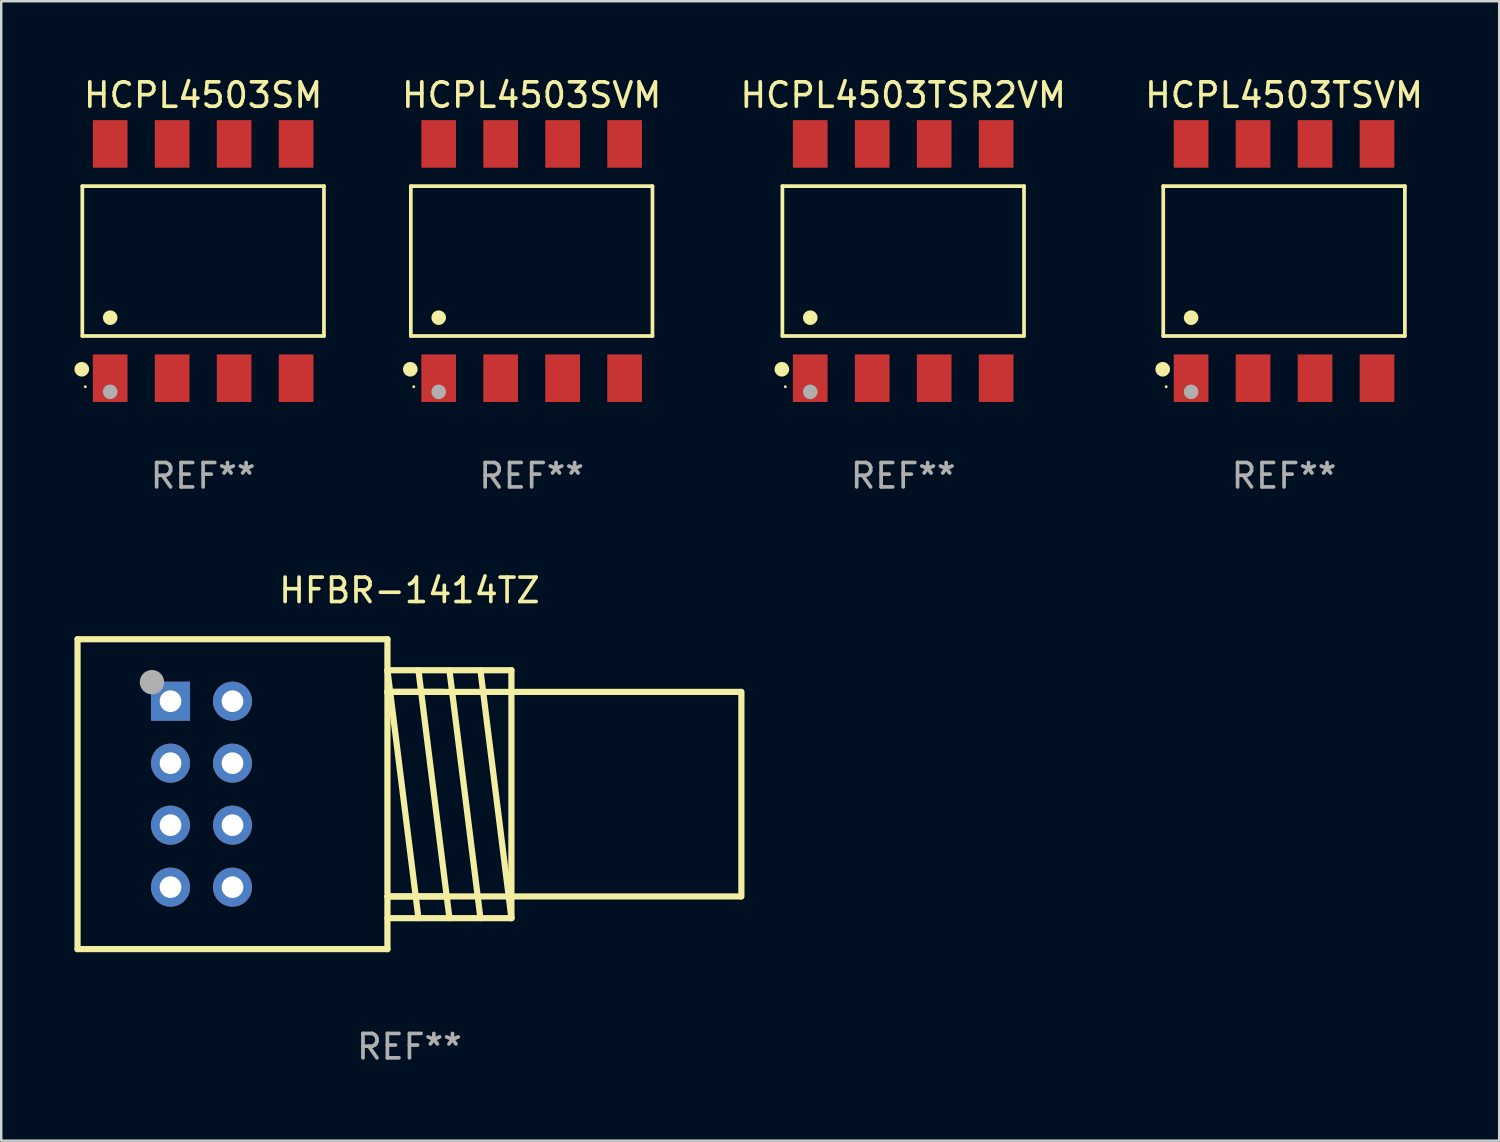
<source format=kicad_pcb>
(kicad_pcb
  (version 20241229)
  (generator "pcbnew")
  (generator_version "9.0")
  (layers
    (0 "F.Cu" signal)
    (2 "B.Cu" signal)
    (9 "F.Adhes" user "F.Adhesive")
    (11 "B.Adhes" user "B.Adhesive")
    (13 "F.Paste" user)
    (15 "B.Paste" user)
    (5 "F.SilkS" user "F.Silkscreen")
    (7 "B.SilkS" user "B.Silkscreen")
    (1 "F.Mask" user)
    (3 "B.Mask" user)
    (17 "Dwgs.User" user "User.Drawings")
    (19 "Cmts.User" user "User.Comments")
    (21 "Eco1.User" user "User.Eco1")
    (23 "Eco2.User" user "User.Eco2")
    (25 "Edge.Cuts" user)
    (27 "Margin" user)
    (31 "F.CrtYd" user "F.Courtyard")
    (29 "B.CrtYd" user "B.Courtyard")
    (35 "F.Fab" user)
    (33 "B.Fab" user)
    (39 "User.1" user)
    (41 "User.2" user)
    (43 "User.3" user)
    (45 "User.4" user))
  (footprint "HCPL4503TSVM"
    (layer "F.Cu")
    (at 49.569 7.648)
    (property "Reference" "HCPL4503TSVM" (at 0 -6.8 0) (layer "F.SilkS") (effects (font (size 1 1) (thickness 0.15))))
    (attr through_hole)
    (fp_line (start -4.951 -3.071) (end 4.951 -3.071) (stroke (width 0.152) (type solid)) (layer "F.SilkS"))
    (fp_line (start -4.951 3.071) (end -4.951 -3.071) (stroke (width 0.152) (type solid)) (layer "F.SilkS"))
    (fp_line (start 4.951 -3.071) (end 4.951 3.071) (stroke (width 0.152) (type solid)) (layer "F.SilkS"))
    (fp_line (start 4.951 3.071) (end -4.951 3.071) (stroke (width 0.152) (type solid)) (layer "F.SilkS"))
    (fp_circle (center -4.974 4.433) (end -4.823 4.433) (stroke (width 0.3) (type solid)) (fill no) (layer "F.SilkS"))
    (fp_circle (center -4.83 5.15) (end -4.8 5.15) (stroke (width 0.06) (type solid)) (fill no) (layer "F.SilkS"))
    (fp_circle (center -3.81 2.319) (end -3.66 2.319) (stroke (width 0.3) (type solid)) (fill no) (layer "F.SilkS"))
    (fp_circle (center -3.81 5.358) (end -3.66 5.358) (stroke (width 0.3) (type solid)) (fill no) (layer "F.Fab"))
    (fp_text user "REF**" (at 0 8.8 0) (layer "F.Fab") (effects (font (size 1 1) (thickness 0.15))))
    (pad "1" smd rect (at -3.81 4.8) (size 1.422 1.95) (layers "F.Cu" "F.Mask" "F.Paste"))
    (pad "2" smd rect (at -1.27 4.8) (size 1.422 1.95) (layers "F.Cu" "F.Mask" "F.Paste"))
    (pad "3" smd rect (at 1.27 4.8) (size 1.422 1.95) (layers "F.Cu" "F.Mask" "F.Paste"))
    (pad "4" smd rect (at 3.81 4.8) (size 1.422 1.95) (layers "F.Cu" "F.Mask" "F.Paste"))
    (pad "5" smd rect (at 3.81 -4.8) (size 1.422 1.95) (layers "F.Cu" "F.Mask" "F.Paste"))
    (pad "6" smd rect (at 1.27 -4.8) (size 1.422 1.95) (layers "F.Cu" "F.Mask" "F.Paste"))
    (pad "7" smd rect (at -1.27 -4.8) (size 1.422 1.95) (layers "F.Cu" "F.Mask" "F.Paste"))
    (pad "8" smd rect (at -3.81 -4.8) (size 1.422 1.95) (layers "F.Cu" "F.Mask" "F.Paste")))
  (footprint "HCPL4503SM"
    (layer "F.Cu")
    (at 5.274 7.648)
    (property "Reference" "HCPL4503SM" (at 0 -6.8 0) (layer "F.SilkS") (effects (font (size 1 1) (thickness 0.15))))
    (attr through_hole)
    (fp_line (start -4.951 -3.071) (end 4.951 -3.071) (stroke (width 0.152) (type solid)) (layer "F.SilkS"))
    (fp_line (start -4.951 3.071) (end -4.951 -3.071) (stroke (width 0.152) (type solid)) (layer "F.SilkS"))
    (fp_line (start 4.951 -3.071) (end 4.951 3.071) (stroke (width 0.152) (type solid)) (layer "F.SilkS"))
    (fp_line (start 4.951 3.071) (end -4.951 3.071) (stroke (width 0.152) (type solid)) (layer "F.SilkS"))
    (fp_circle (center -4.974 4.433) (end -4.823 4.433) (stroke (width 0.3) (type solid)) (fill no) (layer "F.SilkS"))
    (fp_circle (center -4.83 5.15) (end -4.8 5.15) (stroke (width 0.06) (type solid)) (fill no) (layer "F.SilkS"))
    (fp_circle (center -3.81 2.319) (end -3.66 2.319) (stroke (width 0.3) (type solid)) (fill no) (layer "F.SilkS"))
    (fp_circle (center -3.81 5.358) (end -3.66 5.358) (stroke (width 0.3) (type solid)) (fill no) (layer "F.Fab"))
    (fp_text user "REF**" (at 0 8.8 0) (layer "F.Fab") (effects (font (size 1 1) (thickness 0.15))))
    (pad "1" smd rect (at -3.81 4.8) (size 1.422 1.95) (layers "F.Cu" "F.Mask" "F.Paste"))
    (pad "2" smd rect (at -1.27 4.8) (size 1.422 1.95) (layers "F.Cu" "F.Mask" "F.Paste"))
    (pad "3" smd rect (at 1.27 4.8) (size 1.422 1.95) (layers "F.Cu" "F.Mask" "F.Paste"))
    (pad "4" smd rect (at 3.81 4.8) (size 1.422 1.95) (layers "F.Cu" "F.Mask" "F.Paste"))
    (pad "5" smd rect (at 3.81 -4.8) (size 1.422 1.95) (layers "F.Cu" "F.Mask" "F.Paste"))
    (pad "6" smd rect (at 1.27 -4.8) (size 1.422 1.95) (layers "F.Cu" "F.Mask" "F.Paste"))
    (pad "7" smd rect (at -1.27 -4.8) (size 1.422 1.95) (layers "F.Cu" "F.Mask" "F.Paste"))
    (pad "8" smd rect (at -3.81 -4.8) (size 1.422 1.95) (layers "F.Cu" "F.Mask" "F.Paste")))
  (footprint "HCPL4503SVM"
    (layer "F.Cu")
    (at 18.736 7.648)
    (property "Reference" "HCPL4503SVM" (at 0 -6.8 0) (layer "F.SilkS") (effects (font (size 1 1) (thickness 0.15))))
    (attr through_hole)
    (fp_line (start -4.951 -3.071) (end 4.951 -3.071) (stroke (width 0.152) (type solid)) (layer "F.SilkS"))
    (fp_line (start -4.951 3.071) (end -4.951 -3.071) (stroke (width 0.152) (type solid)) (layer "F.SilkS"))
    (fp_line (start 4.951 -3.071) (end 4.951 3.071) (stroke (width 0.152) (type solid)) (layer "F.SilkS"))
    (fp_line (start 4.951 3.071) (end -4.951 3.071) (stroke (width 0.152) (type solid)) (layer "F.SilkS"))
    (fp_circle (center -4.974 4.433) (end -4.823 4.433) (stroke (width 0.3) (type solid)) (fill no) (layer "F.SilkS"))
    (fp_circle (center -4.83 5.15) (end -4.8 5.15) (stroke (width 0.06) (type solid)) (fill no) (layer "F.SilkS"))
    (fp_circle (center -3.81 2.319) (end -3.66 2.319) (stroke (width 0.3) (type solid)) (fill no) (layer "F.SilkS"))
    (fp_circle (center -3.81 5.358) (end -3.66 5.358) (stroke (width 0.3) (type solid)) (fill no) (layer "F.Fab"))
    (fp_text user "REF**" (at 0 8.8 0) (layer "F.Fab") (effects (font (size 1 1) (thickness 0.15))))
    (pad "1" smd rect (at -3.81 4.8) (size 1.422 1.95) (layers "F.Cu" "F.Mask" "F.Paste"))
    (pad "2" smd rect (at -1.27 4.8) (size 1.422 1.95) (layers "F.Cu" "F.Mask" "F.Paste"))
    (pad "3" smd rect (at 1.27 4.8) (size 1.422 1.95) (layers "F.Cu" "F.Mask" "F.Paste"))
    (pad "4" smd rect (at 3.81 4.8) (size 1.422 1.95) (layers "F.Cu" "F.Mask" "F.Paste"))
    (pad "5" smd rect (at 3.81 -4.8) (size 1.422 1.95) (layers "F.Cu" "F.Mask" "F.Paste"))
    (pad "6" smd rect (at 1.27 -4.8) (size 1.422 1.95) (layers "F.Cu" "F.Mask" "F.Paste"))
    (pad "7" smd rect (at -1.27 -4.8) (size 1.422 1.95) (layers "F.Cu" "F.Mask" "F.Paste"))
    (pad "8" smd rect (at -3.81 -4.8) (size 1.422 1.95) (layers "F.Cu" "F.Mask" "F.Paste")))
  (footprint "HFBR-1414TZ"
    (layer "F.Cu")
    (at 13.729 29.494)
    (property "Reference" "HFBR-1414TZ" (at 0 -8.35 0) (layer "F.SilkS") (effects (font (size 1 1) (thickness 0.15))))
    (attr through_hole)
    (fp_line (start -13.602 -6.35) (end -0.902 -6.35) (stroke (width 0.254) (type solid)) (layer "F.SilkS"))
    (fp_line (start -13.602 6.35) (end -13.602 -6.35) (stroke (width 0.254) (type solid)) (layer "F.SilkS"))
    (fp_line (start -0.902 -6.35) (end -0.902 -4.191) (stroke (width 0.254) (type solid)) (layer "F.SilkS"))
    (fp_line (start -0.902 -5.08) (end 0.368 5.08) (stroke (width 0.254) (type solid)) (layer "F.SilkS"))
    (fp_line (start -0.902 -4.191) (end -0.902 4.064) (stroke (width 0.254) (type solid)) (layer "F.SilkS"))
    (fp_line (start -0.902 -4.191) (end 1.384 -4.191) (stroke (width 0.254) (type solid)) (layer "F.SilkS"))
    (fp_line (start -0.902 4.191) (end -0.902 6.35) (stroke (width 0.254) (type solid)) (layer "F.SilkS"))
    (fp_line (start -0.902 4.191) (end 1.384 4.191) (stroke (width 0.254) (type solid)) (layer "F.SilkS"))
    (fp_line (start -0.902 6.35) (end -13.602 6.35) (stroke (width 0.254) (type solid)) (layer "F.SilkS"))
    (fp_line (start 0.368 -5.08) (end 1.638 5.08) (stroke (width 0.254) (type solid)) (layer "F.SilkS"))
    (fp_line (start 1.638 -5.08) (end 2.908 5.08) (stroke (width 0.254) (type solid)) (layer "F.SilkS"))
    (fp_line (start 2.908 -5.08) (end 4.178 5.08) (stroke (width 0.254) (type solid)) (layer "F.SilkS"))
    (fp_line (start 4.178 -5.08) (end -0.902 -5.08) (stroke (width 0.254) (type solid)) (layer "F.SilkS"))
    (fp_line (start 4.178 -5.08) (end 4.178 5.08) (stroke (width 0.254) (type solid)) (layer "F.SilkS"))
    (fp_line (start 4.178 5.08) (end -0.902 5.08) (stroke (width 0.254) (type solid)) (layer "F.SilkS"))
    (fp_line (start 13.576 -4.191) (end -0.902 -4.191) (stroke (width 0.254) (type solid)) (layer "F.SilkS"))
    (fp_line (start 13.576 4.191) (end -0.902 4.191) (stroke (width 0.254) (type solid)) (layer "F.SilkS"))
    (fp_line (start 13.602 4.191) (end 13.602 -4.191) (stroke (width 0.254) (type solid)) (layer "F.SilkS"))
    (fp_circle (center -13.602 -6.35) (end -13.572 -6.35) (stroke (width 0.06) (type solid)) (fill no) (layer "F.SilkS"))
    (fp_circle (center -10.552 -4.59) (end -10.302 -4.59) (stroke (width 0.5) (type solid)) (fill no) (layer "F.Fab"))
    (fp_text user "REF**" (at 0 10.35 0) (layer "F.Fab") (effects (font (size 1 1) (thickness 0.15))))
    (pad "1" thru_hole rect (at -9.792 -3.81) (size 1.6 1.6) (drill 0.889) (layers "*.Cu" "*.Mask"))
    (pad "2" thru_hole circle (at -9.792 -1.27) (size 1.6 1.6) (drill 0.889) (layers "*.Cu" "*.Mask"))
    (pad "3" thru_hole circle (at -9.792 1.27) (size 1.6 1.6) (drill 0.889) (layers "*.Cu" "*.Mask"))
    (pad "4" thru_hole circle (at -9.792 3.81) (size 1.6 1.6) (drill 0.889) (layers "*.Cu" "*.Mask"))
    (pad "5" thru_hole circle (at -7.252 3.81) (size 1.6 1.6) (drill 0.889) (layers "*.Cu" "*.Mask"))
    (pad "6" thru_hole circle (at -7.252 1.27) (size 1.6 1.6) (drill 0.889) (layers "*.Cu" "*.Mask"))
    (pad "7" thru_hole circle (at -7.252 -1.27) (size 1.6 1.6) (drill 0.889) (layers "*.Cu" "*.Mask"))
    (pad "8" thru_hole circle (at -7.252 -3.81) (size 1.6 1.6) (drill 0.889) (layers "*.Cu" "*.Mask")))
  (footprint "HCPL4503TSR2VM"
    (layer "F.Cu")
    (at 33.962 7.648)
    (property "Reference" "HCPL4503TSR2VM" (at 0 -6.8 0) (layer "F.SilkS") (effects (font (size 1 1) (thickness 0.15))))
    (attr through_hole)
    (fp_line (start -4.951 -3.071) (end 4.951 -3.071) (stroke (width 0.152) (type solid)) (layer "F.SilkS"))
    (fp_line (start -4.951 3.071) (end -4.951 -3.071) (stroke (width 0.152) (type solid)) (layer "F.SilkS"))
    (fp_line (start 4.951 -3.071) (end 4.951 3.071) (stroke (width 0.152) (type solid)) (layer "F.SilkS"))
    (fp_line (start 4.951 3.071) (end -4.951 3.071) (stroke (width 0.152) (type solid)) (layer "F.SilkS"))
    (fp_circle (center -4.974 4.433) (end -4.823 4.433) (stroke (width 0.3) (type solid)) (fill no) (layer "F.SilkS"))
    (fp_circle (center -4.83 5.15) (end -4.8 5.15) (stroke (width 0.06) (type solid)) (fill no) (layer "F.SilkS"))
    (fp_circle (center -3.81 2.319) (end -3.66 2.319) (stroke (width 0.3) (type solid)) (fill no) (layer "F.SilkS"))
    (fp_circle (center -3.81 5.358) (end -3.66 5.358) (stroke (width 0.3) (type solid)) (fill no) (layer "F.Fab"))
    (fp_text user "REF**" (at 0 8.8 0) (layer "F.Fab") (effects (font (size 1 1) (thickness 0.15))))
    (pad "1" smd rect (at -3.81 4.8) (size 1.422 1.95) (layers "F.Cu" "F.Mask" "F.Paste"))
    (pad "2" smd rect (at -1.27 4.8) (size 1.422 1.95) (layers "F.Cu" "F.Mask" "F.Paste"))
    (pad "3" smd rect (at 1.27 4.8) (size 1.422 1.95) (layers "F.Cu" "F.Mask" "F.Paste"))
    (pad "4" smd rect (at 3.81 4.8) (size 1.422 1.95) (layers "F.Cu" "F.Mask" "F.Paste"))
    (pad "5" smd rect (at 3.81 -4.8) (size 1.422 1.95) (layers "F.Cu" "F.Mask" "F.Paste"))
    (pad "6" smd rect (at 1.27 -4.8) (size 1.422 1.95) (layers "F.Cu" "F.Mask" "F.Paste"))
    (pad "7" smd rect (at -1.27 -4.8) (size 1.422 1.95) (layers "F.Cu" "F.Mask" "F.Paste"))
    (pad "8" smd rect (at -3.81 -4.8) (size 1.422 1.95) (layers "F.Cu" "F.Mask" "F.Paste")))
  (gr_rect
    (start -3 -3)
    (end 58.384 43.693)
    (stroke (width 0.1) (type default))
    (fill no)
    (layer "Edge.Cuts")))
</source>
